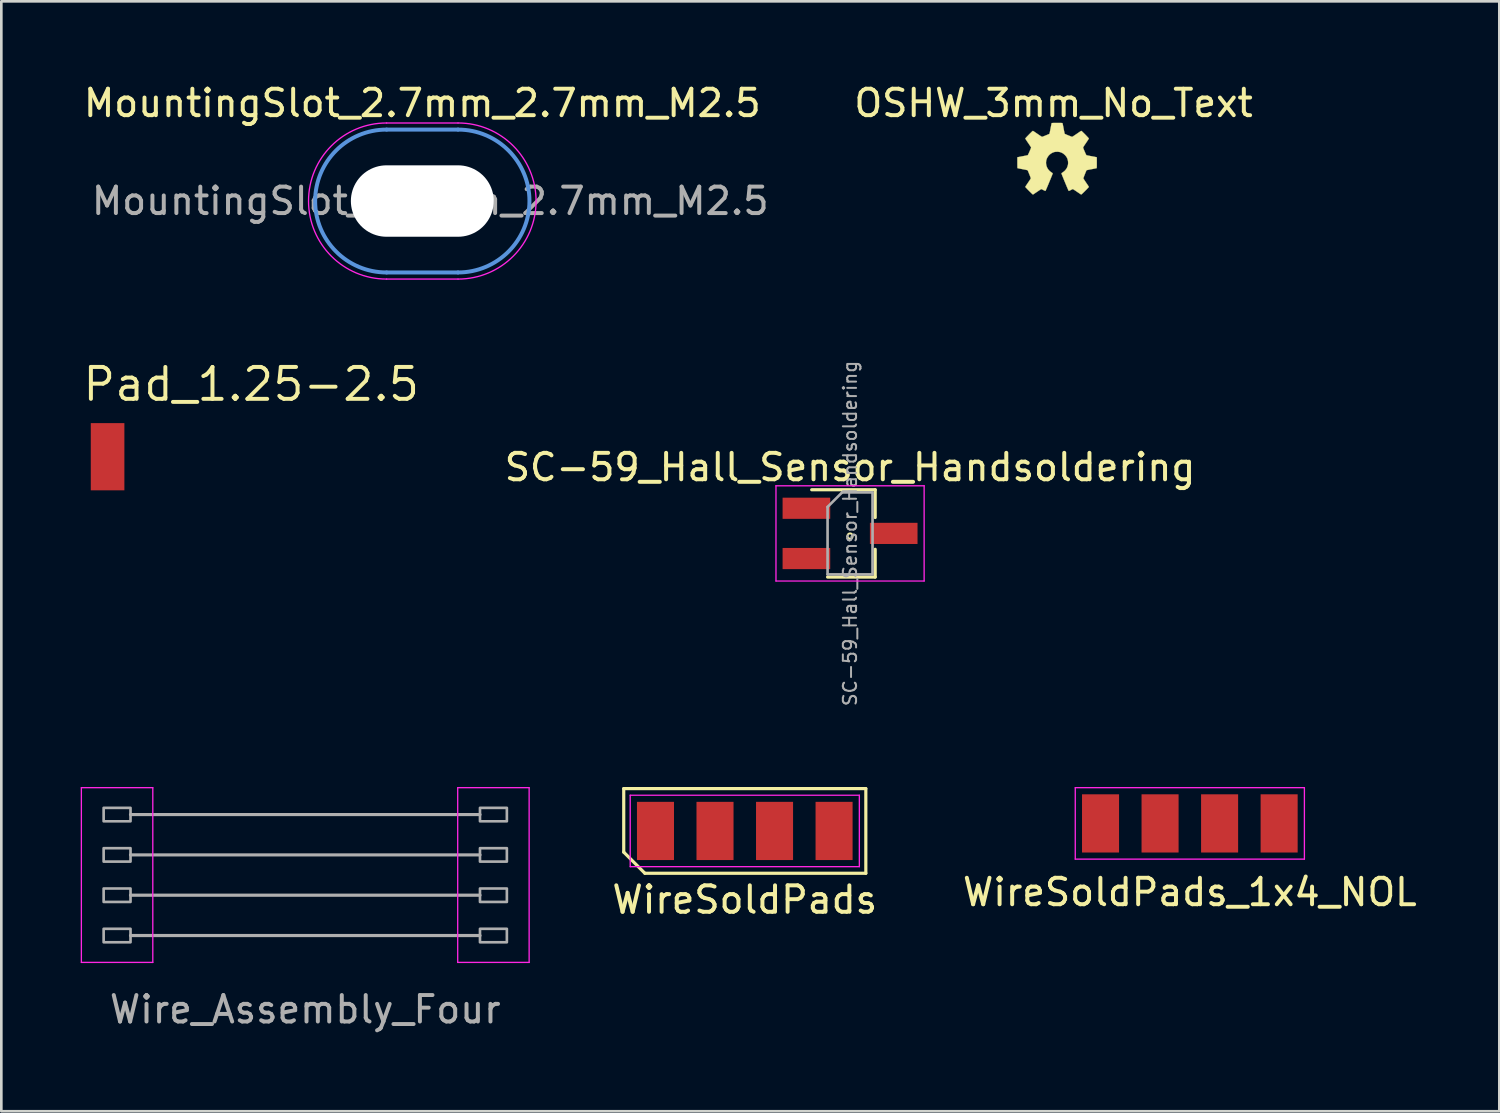
<source format=kicad_pcb>
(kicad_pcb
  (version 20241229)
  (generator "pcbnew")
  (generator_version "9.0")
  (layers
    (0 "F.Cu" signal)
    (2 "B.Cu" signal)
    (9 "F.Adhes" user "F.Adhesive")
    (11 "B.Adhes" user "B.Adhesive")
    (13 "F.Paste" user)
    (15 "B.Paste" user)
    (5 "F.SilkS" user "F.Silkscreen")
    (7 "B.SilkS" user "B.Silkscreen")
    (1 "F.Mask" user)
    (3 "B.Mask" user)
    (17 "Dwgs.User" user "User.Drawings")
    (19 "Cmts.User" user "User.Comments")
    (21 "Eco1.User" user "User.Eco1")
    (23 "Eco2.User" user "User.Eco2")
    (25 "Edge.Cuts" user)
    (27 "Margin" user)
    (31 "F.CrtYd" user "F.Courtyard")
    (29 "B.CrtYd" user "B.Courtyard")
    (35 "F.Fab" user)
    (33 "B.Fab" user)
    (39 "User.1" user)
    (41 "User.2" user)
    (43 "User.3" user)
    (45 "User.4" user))
  (footprint "Wire_Assembly_Four"
    (layer "F.Cu")
    (at 8.487 30.023)
    (property "Reference" "Wire_Assembly_Four" (at 0 5.08 0) (layer "F.Fab") (effects (font (size 1 1) (thickness 0.15))))
    (attr exclude_from_pos_files exclude_from_bom)
    (fp_line (start -8.462 -3.302) (end -5.762 -3.302) (stroke (width 0.05) (type solid)) (layer "F.CrtYd"))
    (fp_line (start -8.462 3.302) (end -8.462 -3.302) (stroke (width 0.05) (type solid)) (layer "F.CrtYd"))
    (fp_line (start -8.462 3.302) (end -5.762 3.302) (stroke (width 0.05) (type solid)) (layer "F.CrtYd"))
    (fp_line (start -5.762 -3.302) (end -5.762 3.302) (stroke (width 0.05) (type solid)) (layer "F.CrtYd"))
    (fp_line (start 5.762 -3.302) (end 8.462 -3.302) (stroke (width 0.05) (type solid)) (layer "F.CrtYd"))
    (fp_line (start 5.762 3.302) (end 5.762 -3.302) (stroke (width 0.05) (type solid)) (layer "F.CrtYd"))
    (fp_line (start 5.762 3.302) (end 8.462 3.302) (stroke (width 0.05) (type solid)) (layer "F.CrtYd"))
    (fp_line (start 8.462 -3.302) (end 8.462 3.302) (stroke (width 0.05) (type solid)) (layer "F.CrtYd"))
    (fp_line (start -6.604 -2.286) (end 6.604 -2.286) (stroke (width 0.12) (type solid)) (layer "F.Fab"))
    (fp_line (start -6.604 -0.762) (end 6.604 -0.762) (stroke (width 0.12) (type solid)) (layer "F.Fab"))
    (fp_line (start -6.604 0.762) (end 6.604 0.762) (stroke (width 0.12) (type solid)) (layer "F.Fab"))
    (fp_line (start -6.604 2.286) (end 6.604 2.286) (stroke (width 0.12) (type solid)) (layer "F.Fab"))
    (fp_poly (pts (xy -6.604 -2.032) (xy -7.62 -2.032) (xy -7.62 -2.54) (xy -6.604 -2.54)) (stroke (width 0.1) (type solid)) (fill no) (layer "F.Fab"))
    (fp_poly (pts (xy -6.604 -0.508) (xy -7.62 -0.508) (xy -7.62 -1.016) (xy -6.604 -1.016)) (stroke (width 0.1) (type solid)) (fill no) (layer "F.Fab"))
    (fp_poly (pts (xy -6.604 1.016) (xy -7.62 1.016) (xy -7.62 0.508) (xy -6.604 0.508)) (stroke (width 0.1) (type solid)) (fill no) (layer "F.Fab"))
    (fp_poly (pts (xy -6.604 2.54) (xy -7.62 2.54) (xy -7.62 2.032) (xy -6.604 2.032)) (stroke (width 0.1) (type solid)) (fill no) (layer "F.Fab"))
    (fp_poly (pts (xy 7.62 -2.032) (xy 6.604 -2.032) (xy 6.604 -2.54) (xy 7.62 -2.54)) (stroke (width 0.1) (type solid)) (fill no) (layer "F.Fab"))
    (fp_poly (pts (xy 7.62 -0.508) (xy 6.604 -0.508) (xy 6.604 -1.016) (xy 7.62 -1.016)) (stroke (width 0.1) (type solid)) (fill no) (layer "F.Fab"))
    (fp_poly (pts (xy 7.62 1.016) (xy 6.604 1.016) (xy 6.604 0.508) (xy 7.62 0.508)) (stroke (width 0.1) (type solid)) (fill no) (layer "F.Fab"))
    (fp_poly (pts (xy 7.62 2.54) (xy 6.604 2.54) (xy 6.604 2.032) (xy 7.62 2.032)) (stroke (width 0.1) (type solid)) (fill no) (layer "F.Fab")))
  (footprint "WireSoldPads"
    (layer "F.Cu")
    (at 25.099 28.356)
    (property "Reference" "WireSoldPads" (at 0 2.6 0) (layer "F.SilkS") (effects (font (size 1 1) (thickness 0.15))))
    (attr smd)
    (fp_line (start -4.575 -1.6) (end 4.575 -1.6) (stroke (width 0.12) (type solid)) (layer "F.SilkS"))
    (fp_line (start -4.575 0.8) (end -4.575 -1.6) (stroke (width 0.12) (type solid)) (layer "F.SilkS"))
    (fp_line (start -3.775 1.6) (end -4.575 0.8) (stroke (width 0.12) (type solid)) (layer "F.SilkS"))
    (fp_line (start 4.575 -1.6) (end 4.575 1.6) (stroke (width 0.12) (type solid)) (layer "F.SilkS"))
    (fp_line (start 4.575 1.6) (end -3.775 1.6) (stroke (width 0.12) (type solid)) (layer "F.SilkS"))
    (fp_line (start -4.33 -1.35) (end 4.33 -1.35) (stroke (width 0.05) (type solid)) (layer "F.CrtYd"))
    (fp_line (start -4.33 1.35) (end -4.33 -1.35) (stroke (width 0.05) (type solid)) (layer "F.CrtYd"))
    (fp_line (start 4.33 -1.35) (end 4.33 1.35) (stroke (width 0.05) (type solid)) (layer "F.CrtYd"))
    (fp_line (start 4.33 1.35) (end -4.33 1.35) (stroke (width 0.05) (type solid)) (layer "F.CrtYd"))
    (pad "1" smd rect (at -3.375 0) (size 1.4 2.2) (layers "F.Cu" "F.Mask" "F.Paste"))
    (pad "2" smd rect (at -1.125 0) (size 1.4 2.2) (layers "F.Cu" "F.Mask" "F.Paste"))
    (pad "3" smd rect (at 1.125 0) (size 1.4 2.2) (layers "F.Cu" "F.Mask" "F.Paste"))
    (pad "4" smd rect (at 3.375 0) (size 1.4 2.2) (layers "F.Cu" "F.Mask" "F.Paste")))
  (footprint "SC-59_Hall_Sensor_Handsoldering"
    (layer "F.Cu")
    (at 29.078 17.11)
    (property "Reference" "SC-59_Hall_Sensor_Handsoldering" (at 0 -2.5 0) (unlocked yes) (layer "F.SilkS") (effects (font (size 1 1) (thickness 0.15))))
    (attr smd)
    (fp_line (start -1.45 -1.65) (end 0.95 -1.65) (stroke (width 0.12) (type solid)) (layer "F.SilkS"))
    (fp_line (start -0.85 1.65) (end 0.95 1.65) (stroke (width 0.12) (type solid)) (layer "F.SilkS"))
    (fp_line (start 0.95 -1.65) (end 0.95 -0.6) (stroke (width 0.12) (type solid)) (layer "F.SilkS"))
    (fp_line (start 0.95 1.65) (end 0.95 0.6) (stroke (width 0.12) (type solid)) (layer "F.SilkS"))
    (fp_circle (center 0 0.1) (end 0.1 0.1) (stroke (width 0.075) (type solid)) (fill no) (layer "F.SilkS"))
    (fp_line (start -2.8 -1.8) (end -2.8 1.8) (stroke (width 0.05) (type solid)) (layer "F.CrtYd"))
    (fp_line (start -2.8 -1.8) (end 2.8 -1.8) (stroke (width 0.05) (type solid)) (layer "F.CrtYd"))
    (fp_line (start 2.8 1.8) (end -2.8 1.8) (stroke (width 0.05) (type solid)) (layer "F.CrtYd"))
    (fp_line (start 2.8 1.8) (end 2.8 -1.8) (stroke (width 0.05) (type solid)) (layer "F.CrtYd"))
    (fp_line (start -0.85 1.55) (end -0.85 -1) (stroke (width 0.1) (type solid)) (layer "F.Fab"))
    (fp_line (start -0.85 1.55) (end 0.85 1.55) (stroke (width 0.1) (type solid)) (layer "F.Fab"))
    (fp_line (start -0.3 -1.55) (end -0.85 -1) (stroke (width 0.1) (type solid)) (layer "F.Fab"))
    (fp_line (start -0.3 -1.55) (end 0.85 -1.55) (stroke (width 0.1) (type solid)) (layer "F.Fab"))
    (fp_line (start 0.85 -1.52) (end 0.85 1.52) (stroke (width 0.1) (type solid)) (layer "F.Fab"))
    (fp_text user "${REFERENCE}" (at 0 0 90) (layer "F.Fab") (effects (font (size 0.5 0.5) (thickness 0.075))))
    (pad "1" smd rect (at -1.65 -0.95) (size 1.8 0.8) (layers "F.Cu" "F.Mask" "F.Paste"))
    (pad "2" smd rect (at -1.65 0.95) (size 1.8 0.8) (layers "F.Cu" "F.Mask" "F.Paste"))
    (pad "3" smd rect (at 1.65 0) (size 1.8 0.8) (layers "F.Cu" "F.Mask" "F.Paste")))
  (footprint "OSHW_3mm_No_Text"
    (layer "F.Cu")
    (at 36.9 2.948)
    (property "Reference" "OSHW_3mm_No_Text" (at -0.13 -2.1 0) (layer "F.SilkS") (effects (font (size 1 1) (thickness 0.15))))
    (attr through_hole)
    (fp_poly (pts (xy 0.053 -1.351) (xy 0.094 -1.351) (xy 0.127 -1.351) (xy 0.153 -1.351) (xy 0.172 -1.35) (xy 0.186 -1.349) (xy 0.196 -1.348) (xy 0.202 -1.347) (xy 0.205 -1.345) (xy 0.207 -1.343) (xy 0.208 -1.341) (xy 0.21 -1.334) (xy 0.214 -1.318) (xy 0.219 -1.295) (xy 0.225 -1.265) (xy 0.232 -1.229) (xy 0.24 -1.189) (xy 0.248 -1.147) (xy 0.249 -1.14) (xy 0.257 -1.096) (xy 0.265 -1.056) (xy 0.273 -1.021) (xy 0.279 -0.99) (xy 0.284 -0.966) (xy 0.289 -0.949) (xy 0.291 -0.941) (xy 0.292 -0.941) (xy 0.298 -0.937) (xy 0.313 -0.93) (xy 0.334 -0.92) (xy 0.36 -0.909) (xy 0.39 -0.896) (xy 0.421 -0.883) (xy 0.453 -0.87) (xy 0.484 -0.858) (xy 0.512 -0.847) (xy 0.537 -0.838) (xy 0.555 -0.831) (xy 0.567 -0.827) (xy 0.569 -0.827) (xy 0.576 -0.829) (xy 0.59 -0.836) (xy 0.61 -0.848) (xy 0.637 -0.866) (xy 0.672 -0.889) (xy 0.714 -0.917) (xy 0.739 -0.934) (xy 0.781 -0.963) (xy 0.816 -0.987) (xy 0.845 -1.007) (xy 0.867 -1.022) (xy 0.884 -1.033) (xy 0.897 -1.041) (xy 0.906 -1.046) (xy 0.912 -1.049) (xy 0.916 -1.05) (xy 0.92 -1.05) (xy 0.922 -1.05) (xy 0.924 -1.049) (xy 0.93 -1.045) (xy 0.942 -1.034) (xy 0.96 -1.018) (xy 0.981 -0.997) (xy 1.005 -0.974) (xy 1.032 -0.947) (xy 1.059 -0.92) (xy 1.087 -0.892) (xy 1.113 -0.864) (xy 1.138 -0.838) (xy 1.161 -0.814) (xy 1.179 -0.794) (xy 1.193 -0.778) (xy 1.202 -0.768) (xy 1.204 -0.764) (xy 1.201 -0.758) (xy 1.193 -0.744) (xy 1.181 -0.724) (xy 1.164 -0.698) (xy 1.145 -0.668) (xy 1.122 -0.635) (xy 1.098 -0.599) (xy 1.095 -0.594) (xy 1.062 -0.546) (xy 1.035 -0.506) (xy 1.014 -0.473) (xy 0.998 -0.448) (xy 0.989 -0.431) (xy 0.986 -0.422) (xy 0.986 -0.422) (xy 0.988 -0.413) (xy 0.993 -0.396) (xy 1.002 -0.374) (xy 1.013 -0.347) (xy 1.025 -0.316) (xy 1.039 -0.284) (xy 1.053 -0.252) (xy 1.067 -0.221) (xy 1.08 -0.192) (xy 1.091 -0.168) (xy 1.101 -0.149) (xy 1.108 -0.137) (xy 1.11 -0.134) (xy 1.117 -0.132) (xy 1.134 -0.128) (xy 1.157 -0.122) (xy 1.187 -0.116) (xy 1.222 -0.109) (xy 1.262 -0.101) (xy 1.301 -0.094) (xy 1.343 -0.086) (xy 1.382 -0.079) (xy 1.417 -0.072) (xy 1.447 -0.066) (xy 1.47 -0.061) (xy 1.486 -0.058) (xy 1.492 -0.056) (xy 1.504 -0.051) (xy 1.504 0.152) (xy 1.504 0.203) (xy 1.504 0.244) (xy 1.503 0.278) (xy 1.503 0.304) (xy 1.502 0.323) (xy 1.502 0.337) (xy 1.5 0.347) (xy 1.499 0.353) (xy 1.497 0.356) (xy 1.495 0.358) (xy 1.495 0.358) (xy 1.488 0.36) (xy 1.472 0.363) (xy 1.449 0.368) (xy 1.419 0.374) (xy 1.384 0.381) (xy 1.345 0.389) (xy 1.303 0.396) (xy 1.252 0.406) (xy 1.211 0.414) (xy 1.178 0.421) (xy 1.153 0.427) (xy 1.134 0.431) (xy 1.122 0.435) (xy 1.116 0.438) (xy 1.114 0.439) (xy 1.111 0.446) (xy 1.104 0.461) (xy 1.095 0.483) (xy 1.083 0.511) (xy 1.07 0.543) (xy 1.056 0.578) (xy 1.051 0.59) (xy 1.033 0.637) (xy 1.018 0.675) (xy 1.007 0.705) (xy 1 0.727) (xy 0.997 0.741) (xy 0.997 0.746) (xy 1 0.753) (xy 1.009 0.767) (xy 1.022 0.788) (xy 1.038 0.814) (xy 1.058 0.844) (xy 1.081 0.878) (xy 1.101 0.908) (xy 1.125 0.943) (xy 1.147 0.975) (xy 1.166 1.004) (xy 1.182 1.029) (xy 1.194 1.048) (xy 1.202 1.061) (xy 1.204 1.066) (xy 1.2 1.071) (xy 1.191 1.083) (xy 1.175 1.1) (xy 1.154 1.122) (xy 1.13 1.148) (xy 1.102 1.177) (xy 1.071 1.207) (xy 1.063 1.216) (xy 1.026 1.252) (xy 0.996 1.282) (xy 0.971 1.306) (xy 0.952 1.324) (xy 0.937 1.337) (xy 0.926 1.346) (xy 0.918 1.351) (xy 0.913 1.353) (xy 0.911 1.353) (xy 0.905 1.349) (xy 0.891 1.341) (xy 0.871 1.328) (xy 0.846 1.311) (xy 0.817 1.291) (xy 0.784 1.269) (xy 0.755 1.249) (xy 0.72 1.225) (xy 0.688 1.204) (xy 0.659 1.185) (xy 0.635 1.169) (xy 0.616 1.157) (xy 0.603 1.15) (xy 0.598 1.148) (xy 0.59 1.15) (xy 0.576 1.157) (xy 0.555 1.166) (xy 0.532 1.178) (xy 0.521 1.184) (xy 0.497 1.196) (xy 0.476 1.207) (xy 0.459 1.214) (xy 0.448 1.218) (xy 0.445 1.218) (xy 0.443 1.216) (xy 0.438 1.209) (xy 0.432 1.197) (xy 0.424 1.18) (xy 0.413 1.157) (xy 0.401 1.128) (xy 0.385 1.091) (xy 0.366 1.047) (xy 0.345 0.995) (xy 0.319 0.935) (xy 0.302 0.892) (xy 0.279 0.838) (xy 0.258 0.786) (xy 0.238 0.737) (xy 0.22 0.693) (xy 0.204 0.654) (xy 0.191 0.62) (xy 0.18 0.593) (xy 0.173 0.573) (xy 0.168 0.561) (xy 0.168 0.558) (xy 0.172 0.549) (xy 0.184 0.538) (xy 0.189 0.535) (xy 0.204 0.525) (xy 0.223 0.512) (xy 0.243 0.497) (xy 0.247 0.494) (xy 0.297 0.452) (xy 0.338 0.403) (xy 0.372 0.351) (xy 0.396 0.294) (xy 0.413 0.234) (xy 0.42 0.173) (xy 0.418 0.11) (xy 0.407 0.047) (xy 0.389 -0.006) (xy 0.373 -0.041) (xy 0.354 -0.072) (xy 0.331 -0.103) (xy 0.301 -0.136) (xy 0.295 -0.142) (xy 0.25 -0.182) (xy 0.203 -0.214) (xy 0.152 -0.237) (xy 0.114 -0.25) (xy 0.078 -0.257) (xy 0.036 -0.262) (xy -0.009 -0.262) (xy -0.053 -0.26) (xy -0.093 -0.254) (xy -0.109 -0.25) (xy -0.169 -0.228) (xy -0.224 -0.197) (xy -0.274 -0.159) (xy -0.318 -0.114) (xy -0.354 -0.063) (xy -0.383 -0.008) (xy -0.403 0.052) (xy -0.407 0.068) (xy -0.415 0.132) (xy -0.413 0.195) (xy -0.402 0.257) (xy -0.382 0.317) (xy -0.354 0.372) (xy -0.317 0.424) (xy -0.272 0.47) (xy -0.242 0.494) (xy -0.223 0.508) (xy -0.203 0.522) (xy -0.187 0.533) (xy -0.184 0.535) (xy -0.17 0.546) (xy -0.163 0.556) (xy -0.163 0.558) (xy -0.164 0.564) (xy -0.17 0.579) (xy -0.179 0.602) (xy -0.19 0.632) (xy -0.205 0.668) (xy -0.222 0.709) (xy -0.24 0.755) (xy -0.261 0.805) (xy -0.282 0.858) (xy -0.297 0.892) (xy -0.324 0.959) (xy -0.348 1.016) (xy -0.369 1.065) (xy -0.386 1.106) (xy -0.401 1.14) (xy -0.413 1.167) (xy -0.422 1.187) (xy -0.43 1.202) (xy -0.435 1.212) (xy -0.439 1.217) (xy -0.44 1.218) (xy -0.448 1.216) (xy -0.462 1.21) (xy -0.482 1.201) (xy -0.506 1.19) (xy -0.516 1.184) (xy -0.541 1.171) (xy -0.562 1.161) (xy -0.58 1.153) (xy -0.591 1.149) (xy -0.593 1.148) (xy -0.599 1.151) (xy -0.613 1.159) (xy -0.633 1.171) (xy -0.658 1.187) (xy -0.688 1.207) (xy -0.721 1.229) (xy -0.75 1.249) (xy -0.784 1.272) (xy -0.817 1.294) (xy -0.846 1.314) (xy -0.87 1.33) (xy -0.889 1.343) (xy -0.902 1.35) (xy -0.906 1.353) (xy -0.91 1.353) (xy -0.916 1.35) (xy -0.925 1.343) (xy -0.937 1.333) (xy -0.954 1.318) (xy -0.975 1.297) (xy -1.002 1.271) (xy -1.035 1.238) (xy -1.058 1.216) (xy -1.089 1.184) (xy -1.118 1.155) (xy -1.143 1.128) (xy -1.165 1.105) (xy -1.182 1.087) (xy -1.193 1.074) (xy -1.199 1.067) (xy -1.199 1.066) (xy -1.196 1.06) (xy -1.188 1.046) (xy -1.176 1.027) (xy -1.159 1.002) (xy -1.14 0.972) (xy -1.118 0.94) (xy -1.096 0.908) (xy -1.073 0.873) (xy -1.05 0.84) (xy -1.031 0.811) (xy -1.015 0.785) (xy -1.002 0.765) (xy -0.994 0.752) (xy -0.992 0.746) (xy -0.993 0.737) (xy -0.997 0.72) (xy -1.005 0.696) (xy -1.017 0.664) (xy -1.033 0.622) (xy -1.046 0.59) (xy -1.061 0.554) (xy -1.074 0.521) (xy -1.086 0.491) (xy -1.096 0.468) (xy -1.104 0.45) (xy -1.109 0.441) (xy -1.109 0.439) (xy -1.114 0.437) (xy -1.123 0.433) (xy -1.138 0.429) (xy -1.161 0.424) (xy -1.19 0.417) (xy -1.228 0.41) (xy -1.274 0.401) (xy -1.298 0.396) (xy -1.34 0.388) (xy -1.379 0.381) (xy -1.414 0.374) (xy -1.444 0.368) (xy -1.467 0.363) (xy -1.483 0.36) (xy -1.49 0.358) (xy -1.492 0.357) (xy -1.494 0.354) (xy -1.495 0.348) (xy -1.496 0.339) (xy -1.497 0.325) (xy -1.498 0.306) (xy -1.498 0.281) (xy -1.498 0.249) (xy -1.499 0.208) (xy -1.499 0.159) (xy -1.499 -0.051) (xy -1.487 -0.056) (xy -1.48 -0.058) (xy -1.463 -0.061) (xy -1.439 -0.066) (xy -1.409 -0.072) (xy -1.374 -0.079) (xy -1.334 -0.087) (xy -1.296 -0.094) (xy -1.254 -0.102) (xy -1.215 -0.109) (xy -1.18 -0.116) (xy -1.15 -0.123) (xy -1.127 -0.128) (xy -1.112 -0.132) (xy -1.105 -0.134) (xy -1.1 -0.141) (xy -1.093 -0.155) (xy -1.082 -0.176) (xy -1.07 -0.202) (xy -1.057 -0.231) (xy -1.043 -0.263) (xy -1.029 -0.295) (xy -1.015 -0.327) (xy -1.003 -0.357) (xy -0.993 -0.382) (xy -0.986 -0.403) (xy -0.981 -0.417) (xy -0.98 -0.422) (xy -0.983 -0.43) (xy -0.992 -0.447) (xy -1.007 -0.471) (xy -1.028 -0.503) (xy -1.055 -0.543) (xy -1.087 -0.591) (xy -1.09 -0.594) (xy -1.114 -0.63) (xy -1.137 -0.664) (xy -1.157 -0.694) (xy -1.174 -0.721) (xy -1.187 -0.741) (xy -1.195 -0.756) (xy -1.199 -0.764) (xy -1.199 -0.764) (xy -1.195 -0.77) (xy -1.186 -0.781) (xy -1.17 -0.798) (xy -1.151 -0.819) (xy -1.128 -0.844) (xy -1.102 -0.87) (xy -1.075 -0.898) (xy -1.048 -0.926) (xy -1.02 -0.954) (xy -0.994 -0.979) (xy -0.971 -1.002) (xy -0.95 -1.022) (xy -0.934 -1.037) (xy -0.923 -1.046) (xy -0.918 -1.049) (xy -0.916 -1.05) (xy -0.912 -1.05) (xy -0.908 -1.05) (xy -0.903 -1.047) (xy -0.894 -1.043) (xy -0.883 -1.036) (xy -0.867 -1.025) (xy -0.847 -1.012) (xy -0.82 -0.994) (xy -0.788 -0.971) (xy -0.747 -0.944) (xy -0.733 -0.934) (xy -0.687 -0.902) (xy -0.649 -0.877) (xy -0.618 -0.856) (xy -0.594 -0.842) (xy -0.577 -0.832) (xy -0.567 -0.828) (xy -0.564 -0.827) (xy -0.556 -0.829) (xy -0.54 -0.835) (xy -0.518 -0.843) (xy -0.491 -0.853) (xy -0.461 -0.865) (xy -0.43 -0.878) (xy -0.398 -0.891) (xy -0.367 -0.904) (xy -0.339 -0.916) (xy -0.316 -0.926) (xy -0.298 -0.934) (xy -0.288 -0.94) (xy -0.286 -0.941) (xy -0.284 -0.947) (xy -0.28 -0.962) (xy -0.275 -0.985) (xy -0.269 -1.015) (xy -0.261 -1.05) (xy -0.254 -1.089) (xy -0.246 -1.132) (xy -0.244 -1.139) (xy -0.236 -1.183) (xy -0.228 -1.223) (xy -0.221 -1.259) (xy -0.215 -1.29) (xy -0.21 -1.315) (xy -0.206 -1.332) (xy -0.203 -1.341) (xy -0.203 -1.341) (xy -0.201 -1.344) (xy -0.199 -1.346) (xy -0.194 -1.348) (xy -0.186 -1.349) (xy -0.175 -1.35) (xy -0.158 -1.35) (xy -0.136 -1.351) (xy -0.106 -1.351) (xy -0.07 -1.351) (xy -0.024 -1.351) (xy 0.003 -1.351) (xy 0.053 -1.351)) (stroke (width 0.01) (type solid)) (fill yes) (layer "F.SilkS")))
  (footprint "WireSoldPads_1x4_NOL"
    (layer "F.Cu")
    (at 41.92 28.071)
    (property "Reference" "WireSoldPads_1x4_NOL" (at 0 2.6 0) (layer "F.SilkS") (effects (font (size 1 1) (thickness 0.15))))
    (attr smd)
    (fp_line (start -4.33 -1.35) (end 4.33 -1.35) (stroke (width 0.05) (type solid)) (layer "F.CrtYd"))
    (fp_line (start -4.33 1.35) (end -4.33 -1.35) (stroke (width 0.05) (type solid)) (layer "F.CrtYd"))
    (fp_line (start 4.33 -1.35) (end 4.33 1.35) (stroke (width 0.05) (type solid)) (layer "F.CrtYd"))
    (fp_line (start 4.33 1.35) (end -4.33 1.35) (stroke (width 0.05) (type solid)) (layer "F.CrtYd"))
    (pad "1" smd rect (at -3.375 0) (size 1.4 2.2) (layers "F.Cu" "F.Mask" "F.Paste"))
    (pad "2" smd rect (at -1.125 0) (size 1.4 2.2) (layers "F.Cu" "F.Mask" "F.Paste"))
    (pad "3" smd rect (at 1.125 0) (size 1.4 2.2) (layers "F.Cu" "F.Mask" "F.Paste"))
    (pad "4" smd rect (at 3.375 0) (size 1.4 2.2) (layers "F.Cu" "F.Mask" "F.Paste")))
  (footprint "MountingSlot_2.7mm_2.7mm_M2.5"
    (layer "F.Cu")
    (at 12.911 4.548)
    (property "Reference" "MountingSlot_2.7mm_2.7mm_M2.5" (at 0 -3.7 0) (layer "F.SilkS") (effects (font (size 1 1) (thickness 0.15))))
    (attr exclude_from_pos_files exclude_from_bom)
    (fp_line (start -1.35 -2.7) (end 1.35 -2.7) (stroke (width 0.15) (type solid)) (layer "Cmts.User"))
    (fp_line (start -1.35 2.7) (end 1.35 2.7) (stroke (width 0.15) (type solid)) (layer "Cmts.User"))
    (fp_arc (start -1.35 2.7) (mid -4.05 0) (end -1.35 -2.7) (stroke (width 0.15) (type solid)) (layer "Cmts.User"))
    (fp_arc (start 1.35 -2.7) (mid 4.05 0) (end 1.35 2.7) (stroke (width 0.15) (type solid)) (layer "Cmts.User"))
    (fp_line (start -1.35 -2.95) (end 1.35 -2.95) (stroke (width 0.05) (type solid)) (layer "F.CrtYd"))
    (fp_line (start -1.35 2.95) (end 1.35 2.95) (stroke (width 0.05) (type solid)) (layer "F.CrtYd"))
    (fp_arc (start -1.35 2.95) (mid -4.3 0) (end -1.35 -2.95) (stroke (width 0.05) (type solid)) (layer "F.CrtYd"))
    (fp_arc (start 1.35 -2.95) (mid 4.3 0) (end 1.35 2.95) (stroke (width 0.05) (type solid)) (layer "F.CrtYd"))
    (fp_text user "${REFERENCE}" (at 0.3 0 0) (layer "F.Fab") (effects (font (size 1 1) (thickness 0.15))))
    (pad "" np_thru_hole oval (at 0 0) (size 5.4 2.7) (drill oval 5.4 2.7) (layers "*.Cu" "*.Mask")))
  (footprint "Pad_1.25-2.5"
    (layer "F.Cu")
    (at 1.016 14.212)
    (property "Reference" "Pad_1.25-2.5" (at -1.016 -2.032 180) (layer "F.SilkS") (effects (font (size 1.206 1.206) (thickness 0.15)) (justify left bottom)))
    (attr through_hole)
    (pad "1" smd rect (at 0 0) (size 1.27 2.54) (layers "F.Cu" "F.Mask" "F.Paste")))
  (gr_rect
    (start -3 -3)
    (end 53.617 38.951)
    (stroke (width 0.1) (type default))
    (fill no)
    (layer "Edge.Cuts")))
</source>
